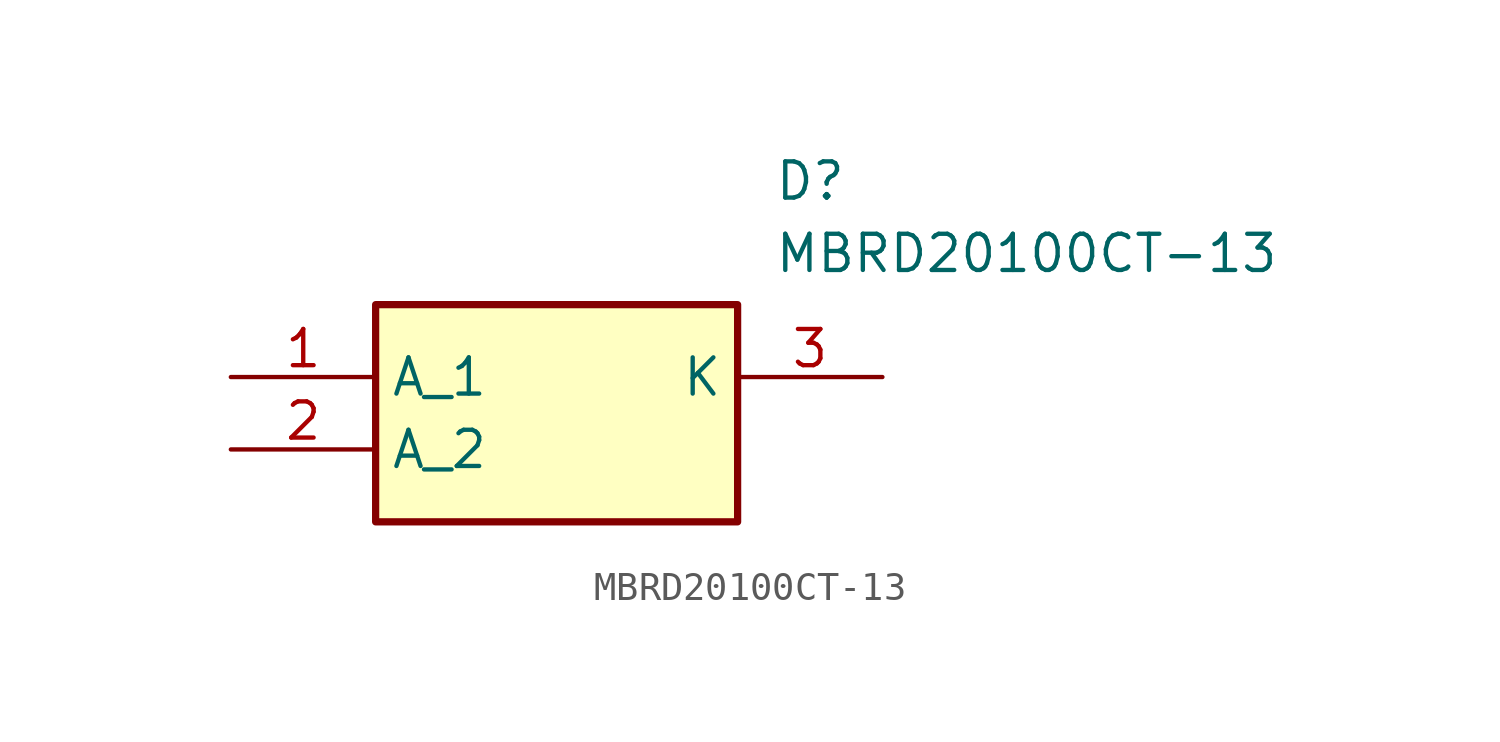
<source format=kicad_sym>
(kicad_symbol_lib
  (version 20211014)
  (generator SamacSys_ECAD_Model)
  (symbol "MBRD20100CT-13"
    (property "Reference" "D"
      (at 19.05 7.62 0)
      (effects (font (size 1.27 1.27)) (justify left top)))
    (property "Value" "MBRD20100CT-13"
      (at 19.05 5.08 0)
      (effects (font (size 1.27 1.27)) (justify left top)))
    (rectangle
      (start 5.08 2.54)
      (end 17.78 -5.08)
      (stroke (width 0.254) (type default))
      (fill (type background)))
    (pin passive line
      (at 0 0 0)
      (length 5.08)
      (name "A_1" (effects (font (size 1.27 1.27))))
      (number "1" (effects (font (size 1.27 1.27)))))
    (pin passive line
      (at 0 -2.54 0)
      (length 5.08)
      (name "A_2" (effects (font (size 1.27 1.27))))
      (number "2" (effects (font (size 1.27 1.27)))))
    (pin passive line
      (at 22.86 0 180)
      (length 5.08)
      (name "K" (effects (font (size 1.27 1.27))))
      (number "3" (effects (font (size 1.27 1.27)))))))
</source>
